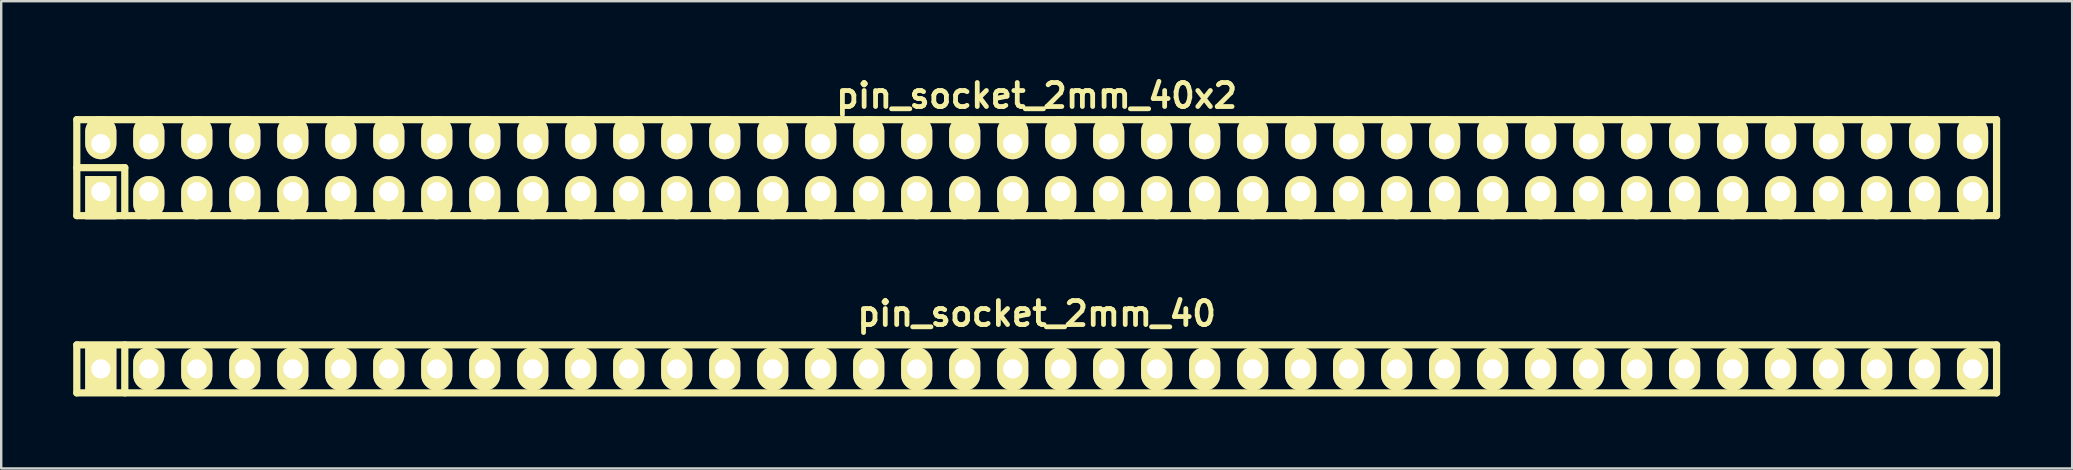
<source format=kicad_pcb>
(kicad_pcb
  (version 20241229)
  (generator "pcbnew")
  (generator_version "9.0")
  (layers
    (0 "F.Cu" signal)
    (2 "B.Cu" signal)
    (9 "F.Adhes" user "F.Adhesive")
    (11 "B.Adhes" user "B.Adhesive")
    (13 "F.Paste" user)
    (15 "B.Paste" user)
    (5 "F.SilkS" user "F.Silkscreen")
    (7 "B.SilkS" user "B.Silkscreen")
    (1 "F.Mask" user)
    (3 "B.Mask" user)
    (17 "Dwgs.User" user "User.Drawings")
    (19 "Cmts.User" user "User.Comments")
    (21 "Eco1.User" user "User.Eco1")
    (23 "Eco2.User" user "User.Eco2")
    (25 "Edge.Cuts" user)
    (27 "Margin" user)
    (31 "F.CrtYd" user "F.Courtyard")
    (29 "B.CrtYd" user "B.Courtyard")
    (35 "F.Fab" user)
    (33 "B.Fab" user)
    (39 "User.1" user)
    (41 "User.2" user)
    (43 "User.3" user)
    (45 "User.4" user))
  (footprint "pin_socket_2mm_40"
    (layer "F.Cu")
    (at 40.15 12.322)
    (property "Reference" "pin_socket_2mm_40" (at 0 -2.3 0) (layer "F.SilkS") (effects (font (size 1 1) (thickness 0.2))))
    (attr through_hole)
    (fp_line (start -40 -1) (end 40 -1) (stroke (width 0.3) (type solid)) (layer "F.SilkS"))
    (fp_line (start -40 1) (end -40 -1) (stroke (width 0.3) (type solid)) (layer "F.SilkS"))
    (fp_line (start -38 -1) (end -38 1) (stroke (width 0.3) (type solid)) (layer "F.SilkS"))
    (fp_line (start 40 -1) (end 40 1) (stroke (width 0.3) (type solid)) (layer "F.SilkS"))
    (fp_line (start 40 1) (end -40 1) (stroke (width 0.3) (type solid)) (layer "F.SilkS"))
    (pad "1" thru_hole rect (at -39 0) (size 1.3 1.8) (drill 0.8) (layers "*.Cu" "*.Mask" "F.SilkS"))
    (pad "2" thru_hole oval (at -37 0) (size 1.3 1.8) (drill 0.8) (layers "*.Cu" "*.Mask" "F.SilkS"))
    (pad "3" thru_hole oval (at -35 0) (size 1.3 1.8) (drill 0.8) (layers "*.Cu" "*.Mask" "F.SilkS"))
    (pad "4" thru_hole oval (at -33 0) (size 1.3 1.8) (drill 0.8) (layers "*.Cu" "*.Mask" "F.SilkS"))
    (pad "5" thru_hole oval (at -31 0) (size 1.3 1.8) (drill 0.8) (layers "*.Cu" "*.Mask" "F.SilkS"))
    (pad "6" thru_hole oval (at -29 0) (size 1.3 1.8) (drill 0.8) (layers "*.Cu" "*.Mask" "F.SilkS"))
    (pad "7" thru_hole oval (at -27 0) (size 1.3 1.8) (drill 0.8) (layers "*.Cu" "*.Mask" "F.SilkS"))
    (pad "8" thru_hole oval (at -25 0) (size 1.3 1.8) (drill 0.8) (layers "*.Cu" "*.Mask" "F.SilkS"))
    (pad "9" thru_hole oval (at -23 0) (size 1.3 1.8) (drill 0.8) (layers "*.Cu" "*.Mask" "F.SilkS"))
    (pad "10" thru_hole oval (at -21 0) (size 1.3 1.8) (drill 0.8) (layers "*.Cu" "*.Mask" "F.SilkS"))
    (pad "11" thru_hole oval (at -19 0) (size 1.3 1.8) (drill 0.8) (layers "*.Cu" "*.Mask" "F.SilkS"))
    (pad "12" thru_hole oval (at -17 0) (size 1.3 1.8) (drill 0.8) (layers "*.Cu" "*.Mask" "F.SilkS"))
    (pad "13" thru_hole oval (at -15 0) (size 1.3 1.8) (drill 0.8) (layers "*.Cu" "*.Mask" "F.SilkS"))
    (pad "14" thru_hole oval (at -13 0) (size 1.3 1.8) (drill 0.8) (layers "*.Cu" "*.Mask" "F.SilkS"))
    (pad "15" thru_hole oval (at -11 0) (size 1.3 1.8) (drill 0.8) (layers "*.Cu" "*.Mask" "F.SilkS"))
    (pad "16" thru_hole oval (at -9 0) (size 1.3 1.8) (drill 0.8) (layers "*.Cu" "*.Mask" "F.SilkS"))
    (pad "17" thru_hole oval (at -7 0) (size 1.3 1.8) (drill 0.8) (layers "*.Cu" "*.Mask" "F.SilkS"))
    (pad "18" thru_hole oval (at -5 0) (size 1.3 1.8) (drill 0.8) (layers "*.Cu" "*.Mask" "F.SilkS"))
    (pad "19" thru_hole oval (at -3 0) (size 1.3 1.8) (drill 0.8) (layers "*.Cu" "*.Mask" "F.SilkS"))
    (pad "20" thru_hole oval (at -1 0) (size 1.3 1.8) (drill 0.8) (layers "*.Cu" "*.Mask" "F.SilkS"))
    (pad "21" thru_hole oval (at 1 0) (size 1.3 1.8) (drill 0.8) (layers "*.Cu" "*.Mask" "F.SilkS"))
    (pad "22" thru_hole oval (at 3 0) (size 1.3 1.8) (drill 0.8) (layers "*.Cu" "*.Mask" "F.SilkS"))
    (pad "23" thru_hole oval (at 5 0) (size 1.3 1.8) (drill 0.8) (layers "*.Cu" "*.Mask" "F.SilkS"))
    (pad "24" thru_hole oval (at 7 0) (size 1.3 1.8) (drill 0.8) (layers "*.Cu" "*.Mask" "F.SilkS"))
    (pad "25" thru_hole oval (at 9 0) (size 1.3 1.8) (drill 0.8) (layers "*.Cu" "*.Mask" "F.SilkS"))
    (pad "26" thru_hole oval (at 11 0) (size 1.3 1.8) (drill 0.8) (layers "*.Cu" "*.Mask" "F.SilkS"))
    (pad "27" thru_hole oval (at 13 0) (size 1.3 1.8) (drill 0.8) (layers "*.Cu" "*.Mask" "F.SilkS"))
    (pad "28" thru_hole oval (at 15 0) (size 1.3 1.8) (drill 0.8) (layers "*.Cu" "*.Mask" "F.SilkS"))
    (pad "29" thru_hole oval (at 17 0) (size 1.3 1.8) (drill 0.8) (layers "*.Cu" "*.Mask" "F.SilkS"))
    (pad "30" thru_hole oval (at 19 0) (size 1.3 1.8) (drill 0.8) (layers "*.Cu" "*.Mask" "F.SilkS"))
    (pad "31" thru_hole oval (at 21 0) (size 1.3 1.8) (drill 0.8) (layers "*.Cu" "*.Mask" "F.SilkS"))
    (pad "32" thru_hole oval (at 23 0) (size 1.3 1.8) (drill 0.8) (layers "*.Cu" "*.Mask" "F.SilkS"))
    (pad "33" thru_hole oval (at 25 0) (size 1.3 1.8) (drill 0.8) (layers "*.Cu" "*.Mask" "F.SilkS"))
    (pad "34" thru_hole oval (at 27 0) (size 1.3 1.8) (drill 0.8) (layers "*.Cu" "*.Mask" "F.SilkS"))
    (pad "35" thru_hole oval (at 29 0) (size 1.3 1.8) (drill 0.8) (layers "*.Cu" "*.Mask" "F.SilkS"))
    (pad "36" thru_hole oval (at 31 0) (size 1.3 1.8) (drill 0.8) (layers "*.Cu" "*.Mask" "F.SilkS"))
    (pad "37" thru_hole oval (at 33 0) (size 1.3 1.8) (drill 0.8) (layers "*.Cu" "*.Mask" "F.SilkS"))
    (pad "38" thru_hole oval (at 35 0) (size 1.3 1.8) (drill 0.8) (layers "*.Cu" "*.Mask" "F.SilkS"))
    (pad "39" thru_hole oval (at 37 0) (size 1.3 1.8) (drill 0.8) (layers "*.Cu" "*.Mask" "F.SilkS"))
    (pad "40" thru_hole oval (at 39 0) (size 1.3 1.8) (drill 0.8) (layers "*.Cu" "*.Mask" "F.SilkS")))
  (footprint "pin_socket_2mm_40x2"
    (layer "F.Cu")
    (at 40.15 3.936)
    (property "Reference" "pin_socket_2mm_40x2" (at 0 -3 0) (layer "F.SilkS") (effects (font (size 1 1) (thickness 0.2))))
    (attr through_hole)
    (fp_line (start -40 -2) (end 40 -2) (stroke (width 0.3) (type solid)) (layer "F.SilkS"))
    (fp_line (start -40 0) (end -38 0) (stroke (width 0.3) (type solid)) (layer "F.SilkS"))
    (fp_line (start -40 2) (end -40 -2) (stroke (width 0.3) (type solid)) (layer "F.SilkS"))
    (fp_line (start -38 0) (end -38 2) (stroke (width 0.3) (type solid)) (layer "F.SilkS"))
    (fp_line (start 40 -2) (end 40 2) (stroke (width 0.3) (type solid)) (layer "F.SilkS"))
    (fp_line (start 40 2) (end -40 2) (stroke (width 0.3) (type solid)) (layer "F.SilkS"))
    (pad "1" thru_hole rect (at -39 1) (size 1.3 1.8) (drill 0.8 (offset 0 0.25)) (layers "*.Cu" "*.Mask" "F.SilkS"))
    (pad "2" thru_hole oval (at -39 -1) (size 1.3 1.8) (drill 0.8 (offset 0 -0.25)) (layers "*.Cu" "*.Mask" "F.SilkS"))
    (pad "3" thru_hole oval (at -37 1) (size 1.3 1.8) (drill 0.8 (offset 0 0.25)) (layers "*.Cu" "*.Mask" "F.SilkS"))
    (pad "4" thru_hole oval (at -37 -1) (size 1.3 1.8) (drill 0.8 (offset 0 -0.25)) (layers "*.Cu" "*.Mask" "F.SilkS"))
    (pad "5" thru_hole oval (at -35 1) (size 1.3 1.8) (drill 0.8 (offset 0 0.25)) (layers "*.Cu" "*.Mask" "F.SilkS"))
    (pad "6" thru_hole oval (at -35 -1) (size 1.3 1.8) (drill 0.8 (offset 0 -0.25)) (layers "*.Cu" "*.Mask" "F.SilkS"))
    (pad "7" thru_hole oval (at -33 1) (size 1.3 1.8) (drill 0.8 (offset 0 0.25)) (layers "*.Cu" "*.Mask" "F.SilkS"))
    (pad "8" thru_hole oval (at -33 -1) (size 1.3 1.8) (drill 0.8 (offset 0 -0.25)) (layers "*.Cu" "*.Mask" "F.SilkS"))
    (pad "9" thru_hole oval (at -31 1) (size 1.3 1.8) (drill 0.8 (offset 0 0.25)) (layers "*.Cu" "*.Mask" "F.SilkS"))
    (pad "10" thru_hole oval (at -31 -1) (size 1.3 1.8) (drill 0.8 (offset 0 -0.25)) (layers "*.Cu" "*.Mask" "F.SilkS"))
    (pad "11" thru_hole oval (at -29 1) (size 1.3 1.8) (drill 0.8 (offset 0 0.25)) (layers "*.Cu" "*.Mask" "F.SilkS"))
    (pad "12" thru_hole oval (at -29 -1) (size 1.3 1.8) (drill 0.8 (offset 0 -0.25)) (layers "*.Cu" "*.Mask" "F.SilkS"))
    (pad "13" thru_hole oval (at -27 1) (size 1.3 1.8) (drill 0.8 (offset 0 0.25)) (layers "*.Cu" "*.Mask" "F.SilkS"))
    (pad "14" thru_hole oval (at -27 -1) (size 1.3 1.8) (drill 0.8 (offset 0 -0.25)) (layers "*.Cu" "*.Mask" "F.SilkS"))
    (pad "15" thru_hole oval (at -25 1) (size 1.3 1.8) (drill 0.8 (offset 0 0.25)) (layers "*.Cu" "*.Mask" "F.SilkS"))
    (pad "16" thru_hole oval (at -25 -1) (size 1.3 1.8) (drill 0.8 (offset 0 -0.25)) (layers "*.Cu" "*.Mask" "F.SilkS"))
    (pad "17" thru_hole oval (at -23 1) (size 1.3 1.8) (drill 0.8 (offset 0 0.25)) (layers "*.Cu" "*.Mask" "F.SilkS"))
    (pad "18" thru_hole oval (at -23 -1) (size 1.3 1.8) (drill 0.8 (offset 0 -0.25)) (layers "*.Cu" "*.Mask" "F.SilkS"))
    (pad "19" thru_hole oval (at -21 1) (size 1.3 1.8) (drill 0.8 (offset 0 0.25)) (layers "*.Cu" "*.Mask" "F.SilkS"))
    (pad "20" thru_hole oval (at -21 -1) (size 1.3 1.8) (drill 0.8 (offset 0 -0.25)) (layers "*.Cu" "*.Mask" "F.SilkS"))
    (pad "21" thru_hole oval (at -19 1) (size 1.3 1.8) (drill 0.8 (offset 0 0.25)) (layers "*.Cu" "*.Mask" "F.SilkS"))
    (pad "22" thru_hole oval (at -19 -1) (size 1.3 1.8) (drill 0.8 (offset 0 -0.25)) (layers "*.Cu" "*.Mask" "F.SilkS"))
    (pad "23" thru_hole oval (at -17 1) (size 1.3 1.8) (drill 0.8 (offset 0 0.25)) (layers "*.Cu" "*.Mask" "F.SilkS"))
    (pad "24" thru_hole oval (at -17 -1) (size 1.3 1.8) (drill 0.8 (offset 0 -0.25)) (layers "*.Cu" "*.Mask" "F.SilkS"))
    (pad "25" thru_hole oval (at -15 1) (size 1.3 1.8) (drill 0.8 (offset 0 0.25)) (layers "*.Cu" "*.Mask" "F.SilkS"))
    (pad "26" thru_hole oval (at -15 -1) (size 1.3 1.8) (drill 0.8 (offset 0 -0.25)) (layers "*.Cu" "*.Mask" "F.SilkS"))
    (pad "27" thru_hole oval (at -13 1) (size 1.3 1.8) (drill 0.8 (offset 0 0.25)) (layers "*.Cu" "*.Mask" "F.SilkS"))
    (pad "28" thru_hole oval (at -13 -1) (size 1.3 1.8) (drill 0.8 (offset 0 -0.25)) (layers "*.Cu" "*.Mask" "F.SilkS"))
    (pad "29" thru_hole oval (at -11 1) (size 1.3 1.8) (drill 0.8 (offset 0 0.25)) (layers "*.Cu" "*.Mask" "F.SilkS"))
    (pad "30" thru_hole oval (at -11 -1) (size 1.3 1.8) (drill 0.8 (offset 0 -0.25)) (layers "*.Cu" "*.Mask" "F.SilkS"))
    (pad "31" thru_hole oval (at -9 1) (size 1.3 1.8) (drill 0.8 (offset 0 0.25)) (layers "*.Cu" "*.Mask" "F.SilkS"))
    (pad "32" thru_hole oval (at -9 -1) (size 1.3 1.8) (drill 0.8 (offset 0 -0.25)) (layers "*.Cu" "*.Mask" "F.SilkS"))
    (pad "33" thru_hole oval (at -7 1) (size 1.3 1.8) (drill 0.8 (offset 0 0.25)) (layers "*.Cu" "*.Mask" "F.SilkS"))
    (pad "34" thru_hole oval (at -7 -1) (size 1.3 1.8) (drill 0.8 (offset 0 -0.25)) (layers "*.Cu" "*.Mask" "F.SilkS"))
    (pad "35" thru_hole oval (at -5 1) (size 1.3 1.8) (drill 0.8 (offset 0 0.25)) (layers "*.Cu" "*.Mask" "F.SilkS"))
    (pad "36" thru_hole oval (at -5 -1) (size 1.3 1.8) (drill 0.8 (offset 0 -0.25)) (layers "*.Cu" "*.Mask" "F.SilkS"))
    (pad "37" thru_hole oval (at -3 1) (size 1.3 1.8) (drill 0.8 (offset 0 0.25)) (layers "*.Cu" "*.Mask" "F.SilkS"))
    (pad "38" thru_hole oval (at -3 -1) (size 1.3 1.8) (drill 0.8 (offset 0 -0.25)) (layers "*.Cu" "*.Mask" "F.SilkS"))
    (pad "39" thru_hole oval (at -1 1) (size 1.3 1.8) (drill 0.8 (offset 0 0.25)) (layers "*.Cu" "*.Mask" "F.SilkS"))
    (pad "40" thru_hole oval (at -1 -1) (size 1.3 1.8) (drill 0.8 (offset 0 -0.25)) (layers "*.Cu" "*.Mask" "F.SilkS"))
    (pad "41" thru_hole oval (at 1 1) (size 1.3 1.8) (drill 0.8 (offset 0 0.25)) (layers "*.Cu" "*.Mask" "F.SilkS"))
    (pad "42" thru_hole oval (at 1 -1) (size 1.3 1.8) (drill 0.8 (offset 0 -0.25)) (layers "*.Cu" "*.Mask" "F.SilkS"))
    (pad "43" thru_hole oval (at 3 1) (size 1.3 1.8) (drill 0.8 (offset 0 0.25)) (layers "*.Cu" "*.Mask" "F.SilkS"))
    (pad "44" thru_hole oval (at 3 -1) (size 1.3 1.8) (drill 0.8 (offset 0 -0.25)) (layers "*.Cu" "*.Mask" "F.SilkS"))
    (pad "45" thru_hole oval (at 5 1) (size 1.3 1.8) (drill 0.8 (offset 0 0.25)) (layers "*.Cu" "*.Mask" "F.SilkS"))
    (pad "46" thru_hole oval (at 5 -1) (size 1.3 1.8) (drill 0.8 (offset 0 -0.25)) (layers "*.Cu" "*.Mask" "F.SilkS"))
    (pad "47" thru_hole oval (at 7 1) (size 1.3 1.8) (drill 0.8 (offset 0 0.25)) (layers "*.Cu" "*.Mask" "F.SilkS"))
    (pad "48" thru_hole oval (at 7 -1) (size 1.3 1.8) (drill 0.8 (offset 0 -0.25)) (layers "*.Cu" "*.Mask" "F.SilkS"))
    (pad "49" thru_hole oval (at 9 1) (size 1.3 1.8) (drill 0.8 (offset 0 0.25)) (layers "*.Cu" "*.Mask" "F.SilkS"))
    (pad "50" thru_hole oval (at 9 -1) (size 1.3 1.8) (drill 0.8 (offset 0 -0.25)) (layers "*.Cu" "*.Mask" "F.SilkS"))
    (pad "51" thru_hole oval (at 11 1) (size 1.3 1.8) (drill 0.8 (offset 0 0.25)) (layers "*.Cu" "*.Mask" "F.SilkS"))
    (pad "52" thru_hole oval (at 11 -1) (size 1.3 1.8) (drill 0.8 (offset 0 -0.25)) (layers "*.Cu" "*.Mask" "F.SilkS"))
    (pad "53" thru_hole oval (at 13 1) (size 1.3 1.8) (drill 0.8 (offset 0 0.25)) (layers "*.Cu" "*.Mask" "F.SilkS"))
    (pad "54" thru_hole oval (at 13 -1) (size 1.3 1.8) (drill 0.8 (offset 0 -0.25)) (layers "*.Cu" "*.Mask" "F.SilkS"))
    (pad "55" thru_hole oval (at 15 1) (size 1.3 1.8) (drill 0.8 (offset 0 0.25)) (layers "*.Cu" "*.Mask" "F.SilkS"))
    (pad "56" thru_hole oval (at 15 -1) (size 1.3 1.8) (drill 0.8 (offset 0 -0.25)) (layers "*.Cu" "*.Mask" "F.SilkS"))
    (pad "57" thru_hole oval (at 17 1) (size 1.3 1.8) (drill 0.8 (offset 0 0.25)) (layers "*.Cu" "*.Mask" "F.SilkS"))
    (pad "58" thru_hole oval (at 17 -1) (size 1.3 1.8) (drill 0.8 (offset 0 -0.25)) (layers "*.Cu" "*.Mask" "F.SilkS"))
    (pad "59" thru_hole oval (at 19 1) (size 1.3 1.8) (drill 0.8 (offset 0 0.25)) (layers "*.Cu" "*.Mask" "F.SilkS"))
    (pad "60" thru_hole oval (at 19 -1) (size 1.3 1.8) (drill 0.8 (offset 0 -0.25)) (layers "*.Cu" "*.Mask" "F.SilkS"))
    (pad "61" thru_hole oval (at 21 1) (size 1.3 1.8) (drill 0.8 (offset 0 0.25)) (layers "*.Cu" "*.Mask" "F.SilkS"))
    (pad "62" thru_hole oval (at 21 -1) (size 1.3 1.8) (drill 0.8 (offset 0 -0.25)) (layers "*.Cu" "*.Mask" "F.SilkS"))
    (pad "63" thru_hole oval (at 23 1) (size 1.3 1.8) (drill 0.8 (offset 0 0.25)) (layers "*.Cu" "*.Mask" "F.SilkS"))
    (pad "64" thru_hole oval (at 23 -1) (size 1.3 1.8) (drill 0.8 (offset 0 -0.25)) (layers "*.Cu" "*.Mask" "F.SilkS"))
    (pad "65" thru_hole oval (at 25 1) (size 1.3 1.8) (drill 0.8 (offset 0 0.25)) (layers "*.Cu" "*.Mask" "F.SilkS"))
    (pad "66" thru_hole oval (at 25 -1) (size 1.3 1.8) (drill 0.8 (offset 0 -0.25)) (layers "*.Cu" "*.Mask" "F.SilkS"))
    (pad "67" thru_hole oval (at 27 1) (size 1.3 1.8) (drill 0.8 (offset 0 0.25)) (layers "*.Cu" "*.Mask" "F.SilkS"))
    (pad "68" thru_hole oval (at 27 -1) (size 1.3 1.8) (drill 0.8 (offset 0 -0.25)) (layers "*.Cu" "*.Mask" "F.SilkS"))
    (pad "69" thru_hole oval (at 29 1) (size 1.3 1.8) (drill 0.8 (offset 0 0.25)) (layers "*.Cu" "*.Mask" "F.SilkS"))
    (pad "70" thru_hole oval (at 29 -1) (size 1.3 1.8) (drill 0.8 (offset 0 -0.25)) (layers "*.Cu" "*.Mask" "F.SilkS"))
    (pad "71" thru_hole oval (at 31 1) (size 1.3 1.8) (drill 0.8 (offset 0 0.25)) (layers "*.Cu" "*.Mask" "F.SilkS"))
    (pad "72" thru_hole oval (at 31 -1) (size 1.3 1.8) (drill 0.8 (offset 0 -0.25)) (layers "*.Cu" "*.Mask" "F.SilkS"))
    (pad "73" thru_hole oval (at 33 1) (size 1.3 1.8) (drill 0.8 (offset 0 0.25)) (layers "*.Cu" "*.Mask" "F.SilkS"))
    (pad "74" thru_hole oval (at 33 -1) (size 1.3 1.8) (drill 0.8 (offset 0 -0.25)) (layers "*.Cu" "*.Mask" "F.SilkS"))
    (pad "75" thru_hole oval (at 35 1) (size 1.3 1.8) (drill 0.8 (offset 0 0.25)) (layers "*.Cu" "*.Mask" "F.SilkS"))
    (pad "76" thru_hole oval (at 35 -1) (size 1.3 1.8) (drill 0.8 (offset 0 -0.25)) (layers "*.Cu" "*.Mask" "F.SilkS"))
    (pad "77" thru_hole oval (at 37 1) (size 1.3 1.8) (drill 0.8 (offset 0 0.25)) (layers "*.Cu" "*.Mask" "F.SilkS"))
    (pad "78" thru_hole oval (at 37 -1) (size 1.3 1.8) (drill 0.8 (offset 0 -0.25)) (layers "*.Cu" "*.Mask" "F.SilkS"))
    (pad "79" thru_hole oval (at 39 1) (size 1.3 1.8) (drill 0.8 (offset 0 0.25)) (layers "*.Cu" "*.Mask" "F.SilkS"))
    (pad "80" thru_hole oval (at 39 -1) (size 1.3 1.8) (drill 0.8 (offset 0 -0.25)) (layers "*.Cu" "*.Mask" "F.SilkS")))
  (gr_rect
    (start -3 -3)
    (end 83.3 16.472)
    (stroke (width 0.1) (type default))
    (fill no)
    (layer "Edge.Cuts")))
</source>
